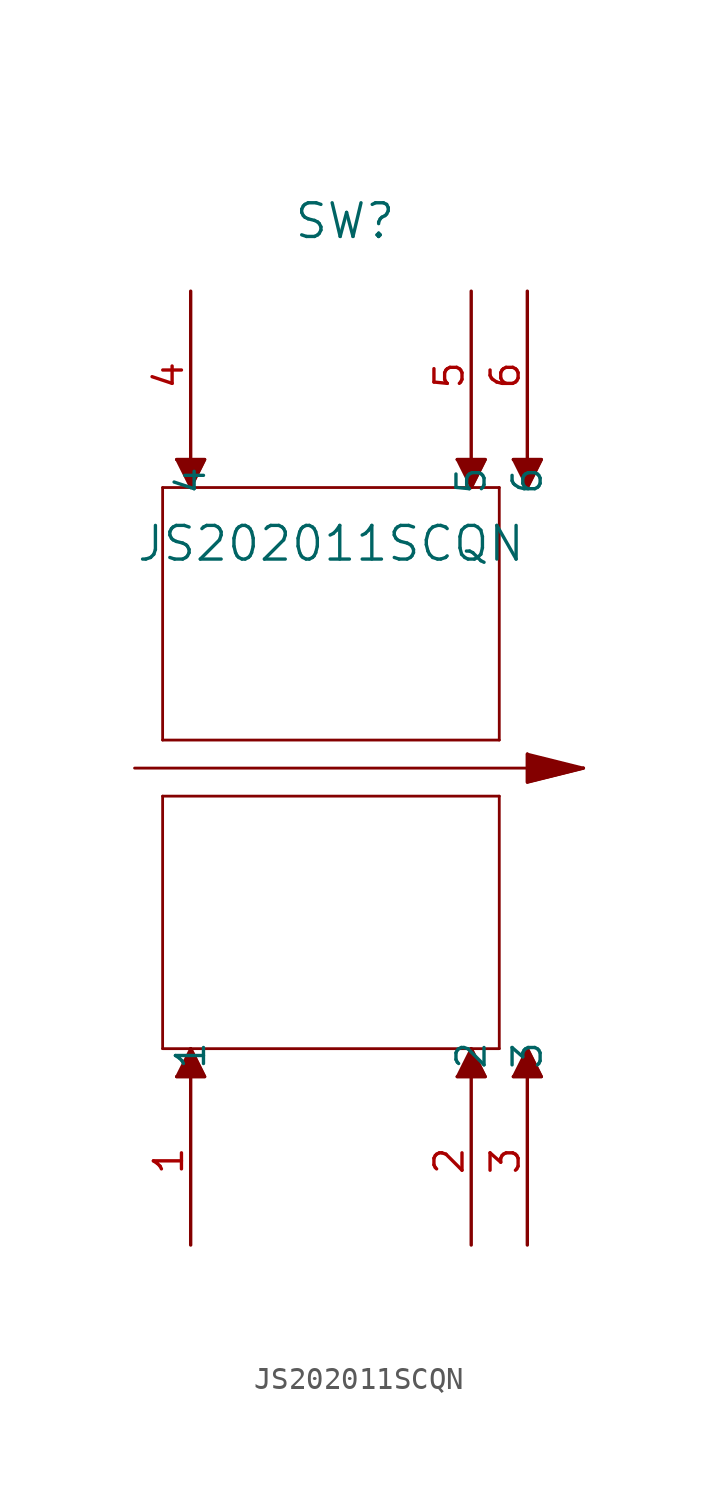
<source format=kicad_sym>
(kicad_symbol_lib
  (version 20211014)
  (generator kicad_symbol_editor)
  (symbol "JS202011SCQN"
    (pin_names
      (offset 0.254))
    (property "Reference" "SW"
      (at 6.985 46.355 0)
      (effects (font (size 1.524 1.524))))
    (property "Value" "JS202011SCQN"
      (at 6.35 31.75 0)
      (effects (font (size 1.524 1.524))))
    (polyline
      (pts (xy -1.27 8.89) (xy 13.97 8.89))
      (stroke (width 0.127) (type default) (color 0 0 0 0))
      (fill (type none)))
    (polyline
      (pts (xy -1.27 8.89) (xy -1.27 20.32))
      (stroke (width 0.127) (type default) (color 0 0 0 0))
      (fill (type none)))
    (polyline
      (pts (xy 13.97 34.29) (xy -1.27 34.29))
      (stroke (width 0.127) (type default) (color 0 0 0 0))
      (fill (type none)))
    (polyline
      (pts (xy -1.27 20.32) (xy 13.97 20.32))
      (stroke (width 0.127) (type default) (color 0 0 0 0))
      (fill (type none)))
    (polyline
      (pts (xy 13.97 8.89) (xy 13.97 20.32))
      (stroke (width 0.127) (type default) (color 0 0 0 0))
      (fill (type none)))
    (polyline
      (pts (xy -1.27 34.29) (xy -1.27 22.86))
      (stroke (width 0.127) (type default) (color 0 0 0 0))
      (fill (type none)))
    (polyline
      (pts (xy -1.27 22.86) (xy 13.97 22.86))
      (stroke (width 0.127) (type default) (color 0 0 0 0))
      (fill (type none)))
    (polyline
      (pts (xy 13.97 22.86) (xy 13.97 34.29))
      (stroke (width 0.127) (type default) (color 0 0 0 0))
      (fill (type none)))
    (polyline
      (pts (xy -0.635 7.62) (xy 0.635 7.62))
      (stroke (width 0.127) (type default) (color 0 0 0 0))
      (fill (type none)))
    (polyline
      (pts (xy -0.635 7.62) (xy 0 8.89))
      (stroke (width 0.127) (type default) (color 0 0 0 0))
      (fill (type none)))
    (polyline
      (pts (xy 0 8.89) (xy 0.635 7.62))
      (stroke (width 0.127) (type default) (color 0 0 0 0))
      (fill (type none)))
    (polyline
      (pts (xy 13.335 7.62) (xy 12.065 7.62))
      (stroke (width 0.127) (type default) (color 0 0 0 0))
      (fill (type none)))
    (polyline
      (pts (xy 12.065 7.62) (xy 12.7 8.89))
      (stroke (width 0.127) (type default) (color 0 0 0 0))
      (fill (type none)))
    (polyline
      (pts (xy 12.7 8.89) (xy 13.335 7.62))
      (stroke (width 0.127) (type default) (color 0 0 0 0))
      (fill (type none)))
    (polyline
      (pts (xy 14.605 7.62) (xy 15.875 7.62))
      (stroke (width 0.127) (type default) (color 0 0 0 0))
      (fill (type none)))
    (polyline
      (pts (xy 14.605 7.62) (xy 15.24 8.89))
      (stroke (width 0.127) (type default) (color 0 0 0 0))
      (fill (type none)))
    (polyline
      (pts (xy 15.24 8.89) (xy 15.875 7.62))
      (stroke (width 0.127) (type default) (color 0 0 0 0))
      (fill (type none)))
    (polyline
      (pts (xy -0.635 35.56) (xy 0.635 35.56))
      (stroke (width 0.127) (type default) (color 0 0 0 0))
      (fill (type none)))
    (polyline
      (pts (xy -0.635 35.56) (xy 0 34.29))
      (stroke (width 0.127) (type default) (color 0 0 0 0))
      (fill (type none)))
    (polyline
      (pts (xy 0 34.29) (xy 0.635 35.56))
      (stroke (width 0.127) (type default) (color 0 0 0 0))
      (fill (type none)))
    (polyline
      (pts (xy 12.065 35.56) (xy 13.335 35.56))
      (stroke (width 0.127) (type default) (color 0 0 0 0))
      (fill (type none)))
    (polyline
      (pts (xy 12.065 35.56) (xy 12.7 34.29))
      (stroke (width 0.127) (type default) (color 0 0 0 0))
      (fill (type none)))
    (polyline
      (pts (xy 12.7 34.29) (xy 13.335 35.56))
      (stroke (width 0.127) (type default) (color 0 0 0 0))
      (fill (type none)))
    (polyline
      (pts (xy 14.605 35.56) (xy 15.875 35.56))
      (stroke (width 0.127) (type default) (color 0 0 0 0))
      (fill (type none)))
    (polyline
      (pts (xy 14.605 35.56) (xy 15.24 34.29))
      (stroke (width 0.127) (type default) (color 0 0 0 0))
      (fill (type none)))
    (polyline
      (pts (xy 15.24 34.29) (xy 15.875 35.56))
      (stroke (width 0.127) (type default) (color 0 0 0 0))
      (fill (type none)))
    (polyline
      (pts (xy -2.54 21.59) (xy 15.24 21.59))
      (stroke (width 0.127) (type default) (color 0 0 0 0))
      (fill (type none)))
    (polyline
      (pts (xy 15.24 22.225) (xy 15.24 20.955))
      (stroke (width 0.127) (type default) (color 0 0 0 0))
      (fill (type none)))
    (polyline
      (pts (xy 15.24 20.955) (xy 17.78 21.59))
      (stroke (width 0.127) (type default) (color 0 0 0 0))
      (fill (type none)))
    (polyline
      (pts (xy 15.24 22.225) (xy 17.78 21.59))
      (stroke (width 0.127) (type default) (color 0 0 0 0))
      (fill (type none)))
    (polyline
      (pts (xy -0.635 7.62) (xy 0.635 7.62) (xy 0 8.89))
      (stroke (width 0) (type default) (color 0 0 0 0))
      (fill (type outline)))
    (polyline
      (pts (xy 12.065 7.62) (xy 13.335 7.62) (xy 12.7 8.89))
      (stroke (width 0) (type default) (color 0 0 0 0))
      (fill (type outline)))
    (polyline
      (pts (xy 14.605 7.62) (xy 15.875 7.62) (xy 15.24 8.89))
      (stroke (width 0) (type default) (color 0 0 0 0))
      (fill (type outline)))
    (polyline
      (pts (xy -0.635 35.56) (xy 0.635 35.56) (xy 0 34.29))
      (stroke (width 0) (type default) (color 0 0 0 0))
      (fill (type outline)))
    (polyline
      (pts (xy 12.065 35.56) (xy 13.335 35.56) (xy 12.7 34.29))
      (stroke (width 0) (type default) (color 0 0 0 0))
      (fill (type outline)))
    (polyline
      (pts (xy 14.605 35.56) (xy 15.875 35.56) (xy 15.24 34.29))
      (stroke (width 0) (type default) (color 0 0 0 0))
      (fill (type outline)))
    (polyline
      (pts (xy 15.24 22.225) (xy 15.24 20.955) (xy 17.78 21.59))
      (stroke (width 0) (type default) (color 0 0 0 0))
      (fill (type outline)))
    (pin unspecified line
      (at 0 0 90)
      (length 7.62)
      (name "1" (effects (font (size 1.27 1.27))))
      (number "1" (effects (font (size 1.27 1.27)))))
    (pin unspecified line
      (at 12.7 0 90)
      (length 7.62)
      (name "2" (effects (font (size 1.27 1.27))))
      (number "2" (effects (font (size 1.27 1.27)))))
    (pin unspecified line
      (at 15.24 0 90)
      (length 7.62)
      (name "3" (effects (font (size 1.27 1.27))))
      (number "3" (effects (font (size 1.27 1.27)))))
    (pin unspecified line
      (at 0 43.18 270)
      (length 7.62)
      (name "4" (effects (font (size 1.27 1.27))))
      (number "4" (effects (font (size 1.27 1.27)))))
    (pin unspecified line
      (at 12.7 43.18 270)
      (length 7.62)
      (name "5" (effects (font (size 1.27 1.27))))
      (number "5" (effects (font (size 1.27 1.27)))))
    (pin unspecified line
      (at 15.24 43.18 270)
      (length 7.62)
      (name "6" (effects (font (size 1.27 1.27))))
      (number "6" (effects (font (size 1.27 1.27)))))))
</source>
